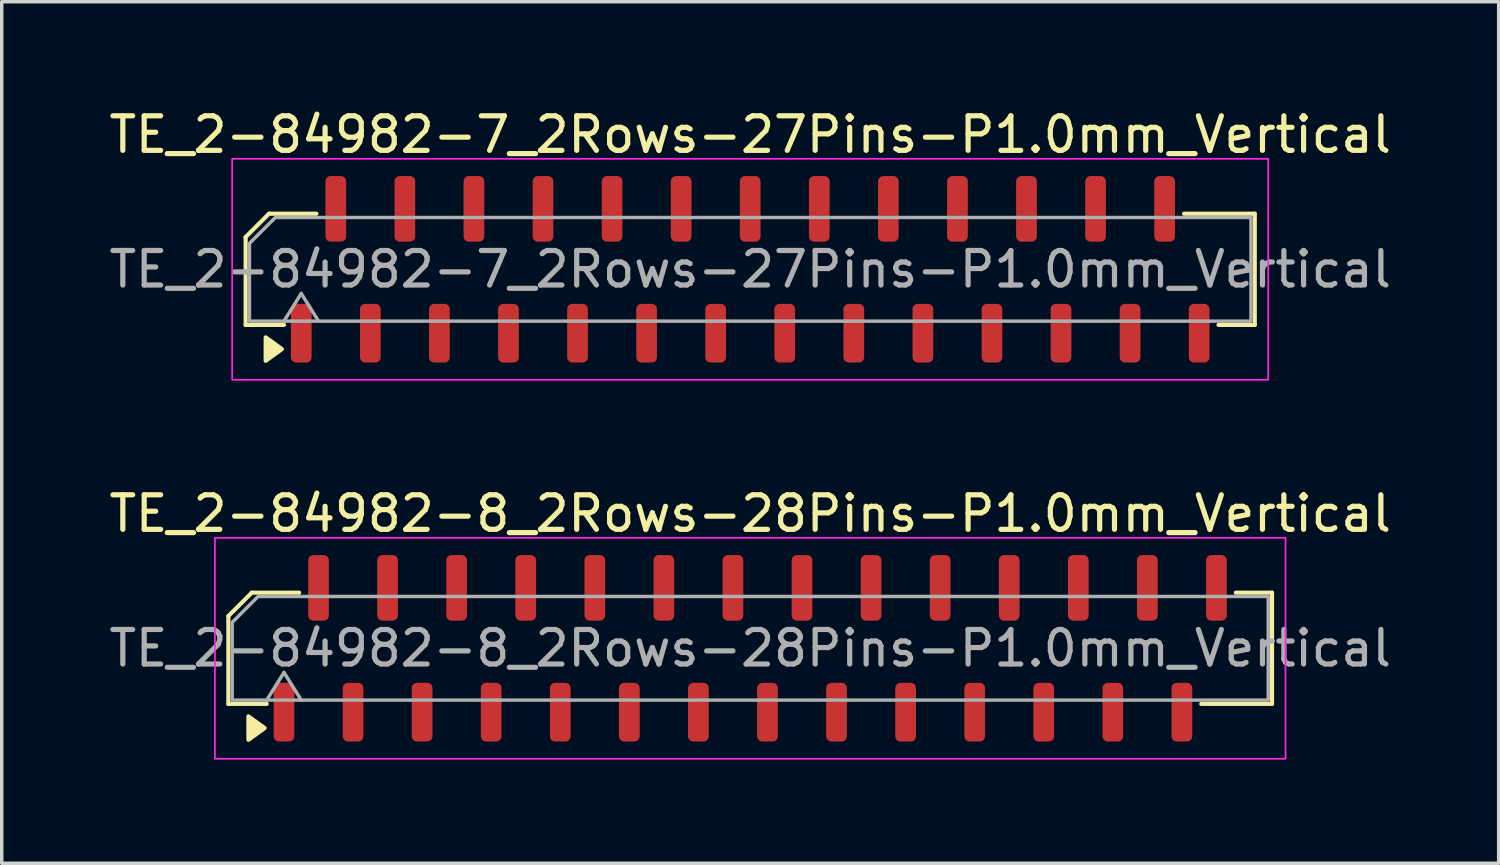
<source format=kicad_pcb>
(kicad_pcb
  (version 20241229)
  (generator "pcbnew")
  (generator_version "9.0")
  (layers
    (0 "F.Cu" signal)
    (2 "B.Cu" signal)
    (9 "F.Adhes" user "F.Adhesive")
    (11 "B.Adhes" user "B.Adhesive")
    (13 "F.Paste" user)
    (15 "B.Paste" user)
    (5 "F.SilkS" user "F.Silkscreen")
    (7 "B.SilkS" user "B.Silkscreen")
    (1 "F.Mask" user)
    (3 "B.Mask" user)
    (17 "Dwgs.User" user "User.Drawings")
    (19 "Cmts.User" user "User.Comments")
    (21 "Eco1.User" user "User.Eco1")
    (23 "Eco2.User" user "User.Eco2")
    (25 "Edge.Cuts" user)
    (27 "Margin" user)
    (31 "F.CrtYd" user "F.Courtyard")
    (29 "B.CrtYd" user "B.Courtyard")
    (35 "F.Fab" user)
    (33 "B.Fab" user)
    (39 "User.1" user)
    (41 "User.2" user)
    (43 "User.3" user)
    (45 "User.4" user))
  (footprint "TE_2-84982-8_2Rows-28Pins-P1.0mm_Vertical"
    (layer "F.Cu")
    (at 18.673 15.722)
    (property "Reference" "TE_2-84982-8_2Rows-28Pins-P1.0mm_Vertical" (at 0 -3.9 0) (layer "F.SilkS") (effects (font (size 1 1) (thickness 0.15))))
    (attr smd)
    (fp_line (start -15.11 -0.934) (end -15.11 1.61) (stroke (width 0.12) (type solid)) (layer "F.SilkS"))
    (fp_line (start -15.11 1.61) (end -14 1.61) (stroke (width 0.12) (type solid)) (layer "F.SilkS"))
    (fp_line (start -14.434 -1.61) (end -15.11 -0.934) (stroke (width 0.12) (type solid)) (layer "F.SilkS"))
    (fp_line (start -13.06 -1.61) (end -14.434 -1.61) (stroke (width 0.12) (type solid)) (layer "F.SilkS"))
    (fp_line (start 13.06 1.61) (end 15.11 1.61) (stroke (width 0.12) (type solid)) (layer "F.SilkS"))
    (fp_line (start 15.11 -1.61) (end 14.06 -1.61) (stroke (width 0.12) (type solid)) (layer "F.SilkS"))
    (fp_line (start 15.11 1.61) (end 15.11 -1.61) (stroke (width 0.12) (type solid)) (layer "F.SilkS"))
    (fp_poly (pts (xy -14.06 2.31) (xy -14.53 2.65) (xy -14.53 1.97)) (stroke (width 0.12) (type solid)) (fill yes) (layer "F.SilkS"))
    (fp_rect (start -15.5 3.2) (end 15.5 -3.2) (stroke (width 0.05) (type solid)) (fill no) (layer "F.CrtYd"))
    (fp_line (start -14 1.5) (end -13.5 0.7) (stroke (width 0.1) (type solid)) (layer "F.Fab"))
    (fp_line (start -13.5 0.7) (end -13 1.5) (stroke (width 0.1) (type solid)) (layer "F.Fab"))
    (fp_poly (pts (xy -15 -0.75) (xy -15 1.5) (xy 15 1.5) (xy 15 -1.5) (xy -14.25 -1.5)) (stroke (width 0.1) (type solid)) (fill no) (layer "F.Fab"))
    (fp_text user "${REFERENCE}" (at 0 0 0) (layer "F.Fab") (effects (font (size 1 1) (thickness 0.15))))
    (pad "1" smd roundrect (at -13.5 1.85) (size 0.6 1.7) (layers "F.Cu" "F.Mask" "F.Paste") (roundrect_rratio 0.25))
    (pad "2" smd roundrect (at -12.5 -1.75) (size 0.6 1.9) (layers "F.Cu" "F.Mask" "F.Paste") (roundrect_rratio 0.25))
    (pad "3" smd roundrect (at -11.5 1.85) (size 0.6 1.7) (layers "F.Cu" "F.Mask" "F.Paste") (roundrect_rratio 0.25))
    (pad "4" smd roundrect (at -10.5 -1.75) (size 0.6 1.9) (layers "F.Cu" "F.Mask" "F.Paste") (roundrect_rratio 0.25))
    (pad "5" smd roundrect (at -9.5 1.85) (size 0.6 1.7) (layers "F.Cu" "F.Mask" "F.Paste") (roundrect_rratio 0.25))
    (pad "6" smd roundrect (at -8.5 -1.75) (size 0.6 1.9) (layers "F.Cu" "F.Mask" "F.Paste") (roundrect_rratio 0.25))
    (pad "7" smd roundrect (at -7.5 1.85) (size 0.6 1.7) (layers "F.Cu" "F.Mask" "F.Paste") (roundrect_rratio 0.25))
    (pad "8" smd roundrect (at -6.5 -1.75) (size 0.6 1.9) (layers "F.Cu" "F.Mask" "F.Paste") (roundrect_rratio 0.25))
    (pad "9" smd roundrect (at -5.5 1.85) (size 0.6 1.7) (layers "F.Cu" "F.Mask" "F.Paste") (roundrect_rratio 0.25))
    (pad "10" smd roundrect (at -4.5 -1.75) (size 0.6 1.9) (layers "F.Cu" "F.Mask" "F.Paste") (roundrect_rratio 0.25))
    (pad "11" smd roundrect (at -3.5 1.85) (size 0.6 1.7) (layers "F.Cu" "F.Mask" "F.Paste") (roundrect_rratio 0.25))
    (pad "12" smd roundrect (at -2.5 -1.75) (size 0.6 1.9) (layers "F.Cu" "F.Mask" "F.Paste") (roundrect_rratio 0.25))
    (pad "13" smd roundrect (at -1.5 1.85) (size 0.6 1.7) (layers "F.Cu" "F.Mask" "F.Paste") (roundrect_rratio 0.25))
    (pad "14" smd roundrect (at -0.5 -1.75) (size 0.6 1.9) (layers "F.Cu" "F.Mask" "F.Paste") (roundrect_rratio 0.25))
    (pad "15" smd roundrect (at 0.5 1.85) (size 0.6 1.7) (layers "F.Cu" "F.Mask" "F.Paste") (roundrect_rratio 0.25))
    (pad "16" smd roundrect (at 1.5 -1.75) (size 0.6 1.9) (layers "F.Cu" "F.Mask" "F.Paste") (roundrect_rratio 0.25))
    (pad "17" smd roundrect (at 2.5 1.85) (size 0.6 1.7) (layers "F.Cu" "F.Mask" "F.Paste") (roundrect_rratio 0.25))
    (pad "18" smd roundrect (at 3.5 -1.75) (size 0.6 1.9) (layers "F.Cu" "F.Mask" "F.Paste") (roundrect_rratio 0.25))
    (pad "19" smd roundrect (at 4.5 1.85) (size 0.6 1.7) (layers "F.Cu" "F.Mask" "F.Paste") (roundrect_rratio 0.25))
    (pad "20" smd roundrect (at 5.5 -1.75) (size 0.6 1.9) (layers "F.Cu" "F.Mask" "F.Paste") (roundrect_rratio 0.25))
    (pad "21" smd roundrect (at 6.5 1.85) (size 0.6 1.7) (layers "F.Cu" "F.Mask" "F.Paste") (roundrect_rratio 0.25))
    (pad "22" smd roundrect (at 7.5 -1.75) (size 0.6 1.9) (layers "F.Cu" "F.Mask" "F.Paste") (roundrect_rratio 0.25))
    (pad "23" smd roundrect (at 8.5 1.85) (size 0.6 1.7) (layers "F.Cu" "F.Mask" "F.Paste") (roundrect_rratio 0.25))
    (pad "24" smd roundrect (at 9.5 -1.75) (size 0.6 1.9) (layers "F.Cu" "F.Mask" "F.Paste") (roundrect_rratio 0.25))
    (pad "25" smd roundrect (at 10.5 1.85) (size 0.6 1.7) (layers "F.Cu" "F.Mask" "F.Paste") (roundrect_rratio 0.25))
    (pad "26" smd roundrect (at 11.5 -1.75) (size 0.6 1.9) (layers "F.Cu" "F.Mask" "F.Paste") (roundrect_rratio 0.25))
    (pad "27" smd roundrect (at 12.5 1.85) (size 0.6 1.7) (layers "F.Cu" "F.Mask" "F.Paste") (roundrect_rratio 0.25))
    (pad "28" smd roundrect (at 13.5 -1.75) (size 0.6 1.9) (layers "F.Cu" "F.Mask" "F.Paste") (roundrect_rratio 0.25)))
  (footprint "TE_2-84982-7_2Rows-27Pins-P1.0mm_Vertical"
    (layer "F.Cu")
    (at 18.673 4.748)
    (property "Reference" "TE_2-84982-7_2Rows-27Pins-P1.0mm_Vertical" (at 0 -3.9 0) (layer "F.SilkS") (effects (font (size 1 1) (thickness 0.15))))
    (attr smd)
    (fp_line (start -14.61 -0.934) (end -14.61 1.61) (stroke (width 0.12) (type solid)) (layer "F.SilkS"))
    (fp_line (start -14.61 1.61) (end -13.5 1.61) (stroke (width 0.12) (type solid)) (layer "F.SilkS"))
    (fp_line (start -13.934 -1.61) (end -14.61 -0.934) (stroke (width 0.12) (type solid)) (layer "F.SilkS"))
    (fp_line (start -12.56 -1.61) (end -13.934 -1.61) (stroke (width 0.12) (type solid)) (layer "F.SilkS"))
    (fp_line (start 13.56 1.61) (end 14.61 1.61) (stroke (width 0.12) (type solid)) (layer "F.SilkS"))
    (fp_line (start 14.61 -1.61) (end 12.56 -1.61) (stroke (width 0.12) (type solid)) (layer "F.SilkS"))
    (fp_line (start 14.61 1.61) (end 14.61 -1.61) (stroke (width 0.12) (type solid)) (layer "F.SilkS"))
    (fp_poly (pts (xy -13.56 2.31) (xy -14.03 2.65) (xy -14.03 1.97)) (stroke (width 0.12) (type solid)) (fill yes) (layer "F.SilkS"))
    (fp_rect (start -15 3.2) (end 15 -3.2) (stroke (width 0.05) (type solid)) (fill no) (layer "F.CrtYd"))
    (fp_line (start -13.5 1.5) (end -13 0.7) (stroke (width 0.1) (type solid)) (layer "F.Fab"))
    (fp_line (start -13 0.7) (end -12.5 1.5) (stroke (width 0.1) (type solid)) (layer "F.Fab"))
    (fp_poly (pts (xy -14.5 -0.75) (xy -14.5 1.5) (xy 14.5 1.5) (xy 14.5 -1.5) (xy -13.75 -1.5)) (stroke (width 0.1) (type solid)) (fill no) (layer "F.Fab"))
    (fp_text user "${REFERENCE}" (at 0 0 0) (layer "F.Fab") (effects (font (size 1 1) (thickness 0.15))))
    (pad "1" smd roundrect (at -13 1.85) (size 0.6 1.7) (layers "F.Cu" "F.Mask" "F.Paste") (roundrect_rratio 0.25))
    (pad "2" smd roundrect (at -12 -1.75) (size 0.6 1.9) (layers "F.Cu" "F.Mask" "F.Paste") (roundrect_rratio 0.25))
    (pad "3" smd roundrect (at -11 1.85) (size 0.6 1.7) (layers "F.Cu" "F.Mask" "F.Paste") (roundrect_rratio 0.25))
    (pad "4" smd roundrect (at -10 -1.75) (size 0.6 1.9) (layers "F.Cu" "F.Mask" "F.Paste") (roundrect_rratio 0.25))
    (pad "5" smd roundrect (at -9 1.85) (size 0.6 1.7) (layers "F.Cu" "F.Mask" "F.Paste") (roundrect_rratio 0.25))
    (pad "6" smd roundrect (at -8 -1.75) (size 0.6 1.9) (layers "F.Cu" "F.Mask" "F.Paste") (roundrect_rratio 0.25))
    (pad "7" smd roundrect (at -7 1.85) (size 0.6 1.7) (layers "F.Cu" "F.Mask" "F.Paste") (roundrect_rratio 0.25))
    (pad "8" smd roundrect (at -6 -1.75) (size 0.6 1.9) (layers "F.Cu" "F.Mask" "F.Paste") (roundrect_rratio 0.25))
    (pad "9" smd roundrect (at -5 1.85) (size 0.6 1.7) (layers "F.Cu" "F.Mask" "F.Paste") (roundrect_rratio 0.25))
    (pad "10" smd roundrect (at -4 -1.75) (size 0.6 1.9) (layers "F.Cu" "F.Mask" "F.Paste") (roundrect_rratio 0.25))
    (pad "11" smd roundrect (at -3 1.85) (size 0.6 1.7) (layers "F.Cu" "F.Mask" "F.Paste") (roundrect_rratio 0.25))
    (pad "12" smd roundrect (at -2 -1.75) (size 0.6 1.9) (layers "F.Cu" "F.Mask" "F.Paste") (roundrect_rratio 0.25))
    (pad "13" smd roundrect (at -1 1.85) (size 0.6 1.7) (layers "F.Cu" "F.Mask" "F.Paste") (roundrect_rratio 0.25))
    (pad "14" smd roundrect (at 0 -1.75) (size 0.6 1.9) (layers "F.Cu" "F.Mask" "F.Paste") (roundrect_rratio 0.25))
    (pad "15" smd roundrect (at 1 1.85) (size 0.6 1.7) (layers "F.Cu" "F.Mask" "F.Paste") (roundrect_rratio 0.25))
    (pad "16" smd roundrect (at 2 -1.75) (size 0.6 1.9) (layers "F.Cu" "F.Mask" "F.Paste") (roundrect_rratio 0.25))
    (pad "17" smd roundrect (at 3 1.85) (size 0.6 1.7) (layers "F.Cu" "F.Mask" "F.Paste") (roundrect_rratio 0.25))
    (pad "18" smd roundrect (at 4 -1.75) (size 0.6 1.9) (layers "F.Cu" "F.Mask" "F.Paste") (roundrect_rratio 0.25))
    (pad "19" smd roundrect (at 5 1.85) (size 0.6 1.7) (layers "F.Cu" "F.Mask" "F.Paste") (roundrect_rratio 0.25))
    (pad "20" smd roundrect (at 6 -1.75) (size 0.6 1.9) (layers "F.Cu" "F.Mask" "F.Paste") (roundrect_rratio 0.25))
    (pad "21" smd roundrect (at 7 1.85) (size 0.6 1.7) (layers "F.Cu" "F.Mask" "F.Paste") (roundrect_rratio 0.25))
    (pad "22" smd roundrect (at 8 -1.75) (size 0.6 1.9) (layers "F.Cu" "F.Mask" "F.Paste") (roundrect_rratio 0.25))
    (pad "23" smd roundrect (at 9 1.85) (size 0.6 1.7) (layers "F.Cu" "F.Mask" "F.Paste") (roundrect_rratio 0.25))
    (pad "24" smd roundrect (at 10 -1.75) (size 0.6 1.9) (layers "F.Cu" "F.Mask" "F.Paste") (roundrect_rratio 0.25))
    (pad "25" smd roundrect (at 11 1.85) (size 0.6 1.7) (layers "F.Cu" "F.Mask" "F.Paste") (roundrect_rratio 0.25))
    (pad "26" smd roundrect (at 12 -1.75) (size 0.6 1.9) (layers "F.Cu" "F.Mask" "F.Paste") (roundrect_rratio 0.25))
    (pad "27" smd roundrect (at 13 1.85) (size 0.6 1.7) (layers "F.Cu" "F.Mask" "F.Paste") (roundrect_rratio 0.25)))
  (gr_rect
    (start -3 -3)
    (end 40.345 21.947)
    (stroke (width 0.1) (type default))
    (fill no)
    (layer "Edge.Cuts")))
</source>
